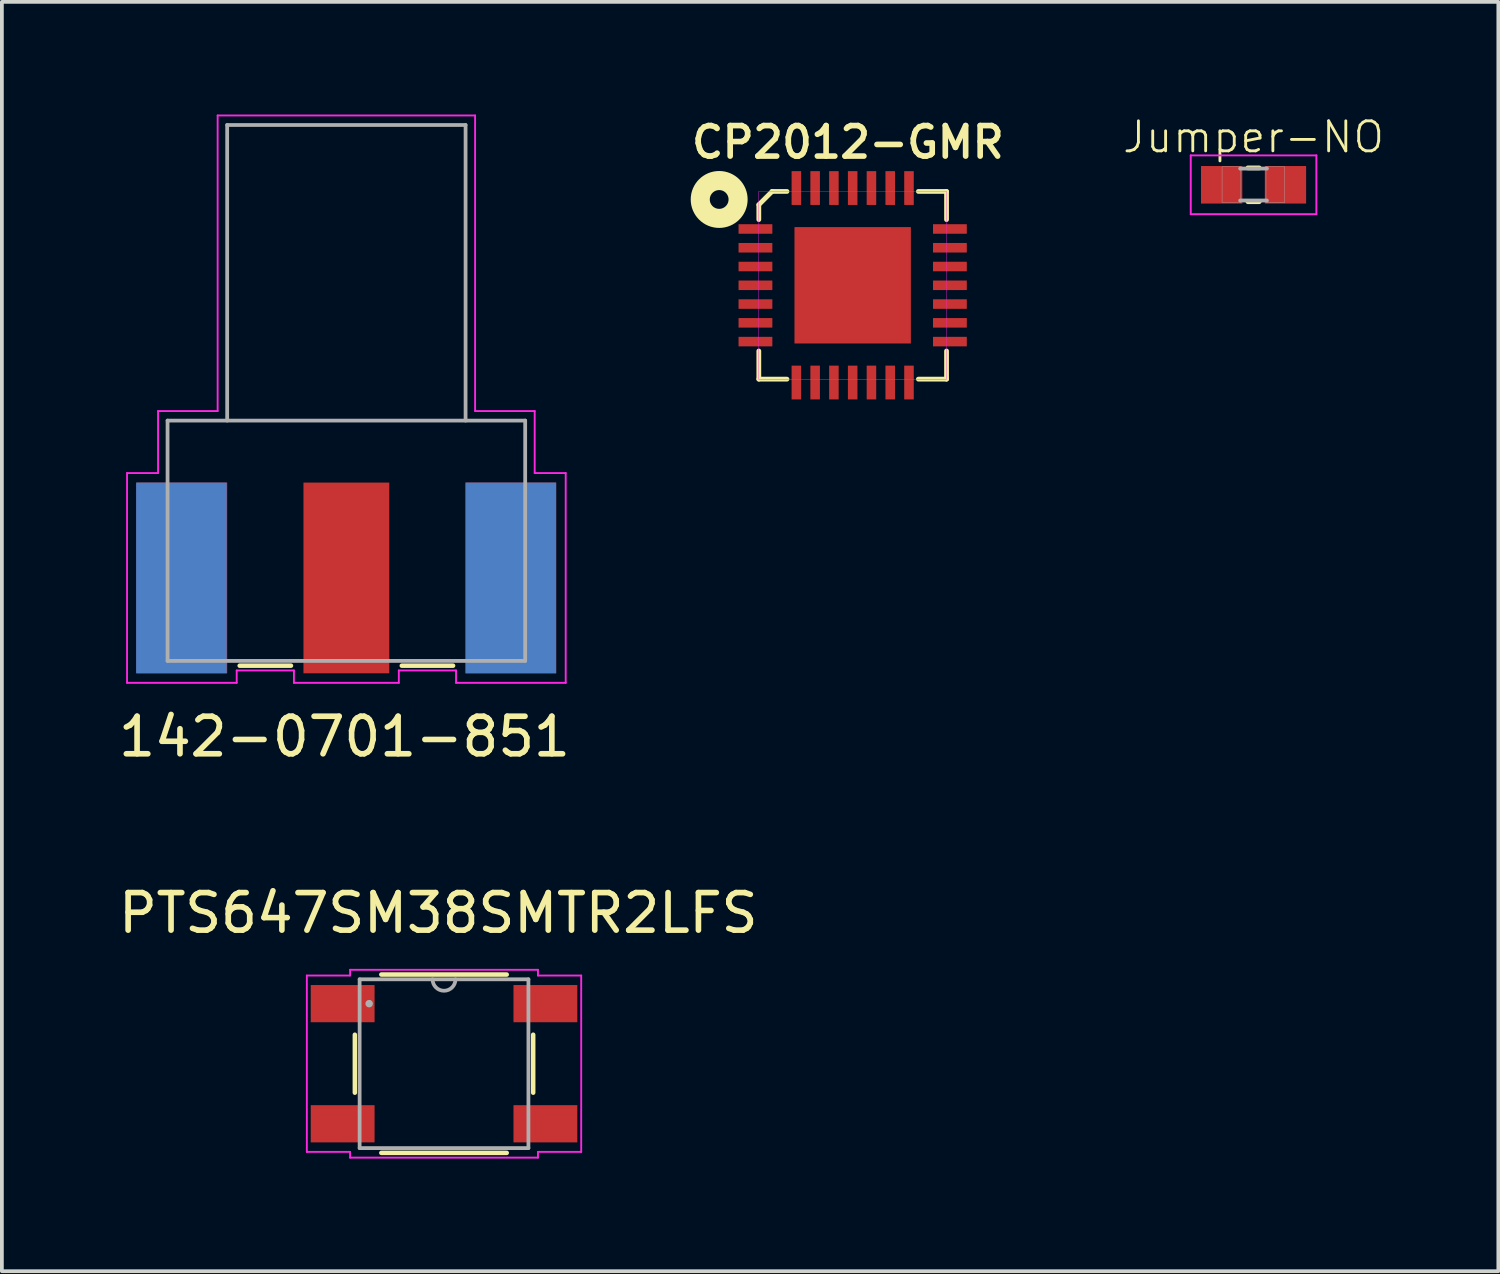
<source format=kicad_pcb>
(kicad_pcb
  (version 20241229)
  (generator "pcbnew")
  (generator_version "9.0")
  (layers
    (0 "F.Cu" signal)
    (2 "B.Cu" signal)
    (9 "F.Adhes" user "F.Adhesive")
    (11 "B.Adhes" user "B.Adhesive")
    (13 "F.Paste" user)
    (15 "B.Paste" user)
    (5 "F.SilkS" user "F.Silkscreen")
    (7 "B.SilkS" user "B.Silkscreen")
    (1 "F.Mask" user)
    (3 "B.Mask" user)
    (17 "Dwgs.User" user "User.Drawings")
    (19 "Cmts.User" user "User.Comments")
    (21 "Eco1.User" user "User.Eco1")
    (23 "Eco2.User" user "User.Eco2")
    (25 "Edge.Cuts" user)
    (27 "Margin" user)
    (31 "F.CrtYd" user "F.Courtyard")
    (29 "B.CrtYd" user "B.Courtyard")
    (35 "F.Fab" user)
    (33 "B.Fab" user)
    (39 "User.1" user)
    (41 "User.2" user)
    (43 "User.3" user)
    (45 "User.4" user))
  (footprint "Jumper-NO"
    (layer "F.Cu")
    (at 30.34 1.872)
    (property "Reference" "Jumper-NO" (at 0 -1.27 0) (layer "F.SilkS") (effects (font (size 0.8 0.8) (thickness 0.076))))
    (attr through_hole)
    (fp_line (start -0.15 -0.45) (end 0.15 -0.45) (stroke (width 0.127) (type solid)) (layer "F.SilkS"))
    (fp_line (start -0.15 0.45) (end 0.15 0.45) (stroke (width 0.127) (type solid)) (layer "F.SilkS"))
    (fp_line (start -1.673 -0.783) (end 1.673 -0.783) (stroke (width 0.051) (type solid)) (layer "F.CrtYd"))
    (fp_line (start -1.673 0.783) (end -1.673 -0.783) (stroke (width 0.051) (type solid)) (layer "F.CrtYd"))
    (fp_line (start 1.673 -0.783) (end 1.673 0.783) (stroke (width 0.051) (type solid)) (layer "F.CrtYd"))
    (fp_line (start 1.673 0.783) (end -1.673 0.783) (stroke (width 0.051) (type solid)) (layer "F.CrtYd"))
    (fp_line (start -0.356 -0.432) (end 0.356 -0.432) (stroke (width 0.102) (type solid)) (layer "F.Fab"))
    (fp_line (start -0.356 0.419) (end 0.356 0.419) (stroke (width 0.102) (type solid)) (layer "F.Fab"))
    (fp_poly (pts (xy -0.839 -0.48) (xy -0.338 -0.48) (xy -0.338 0.47) (xy -0.839 0.47)) (stroke (width 0.01) (type solid)) (fill no) (layer "F.Fab"))
    (fp_poly (pts (xy 0.331 -0.48) (xy 0.83 -0.48) (xy 0.83 0.471) (xy 0.331 0.471)) (stroke (width 0.01) (type solid)) (fill no) (layer "F.Fab"))
    (pad "1" smd rect (at -0.85 0) (size 1.1 1) (layers "F.Cu" "F.Mask" "F.Paste"))
    (pad "2" smd rect (at 0.85 0) (size 1.1 1) (layers "F.Cu" "F.Mask" "F.Paste")))
  (footprint "PTS647SM38SMTR2LFS"
    (layer "F.Cu")
    (at 8.777 25.283)
    (property "Reference" "PTS647SM38SMTR2LFS" (at -0.152 -4.013 0) (layer "F.SilkS") (effects (font (size 1 1) (thickness 0.15))))
    (attr through_hole)
    (fp_line (start -2.375 -0.772) (end -2.375 0.772) (stroke (width 0.12) (type solid)) (layer "F.SilkS"))
    (fp_line (start -1.67 2.375) (end 1.67 2.375) (stroke (width 0.12) (type solid)) (layer "F.SilkS"))
    (fp_line (start 1.67 -2.375) (end -1.67 -2.375) (stroke (width 0.12) (type solid)) (layer "F.SilkS"))
    (fp_line (start 2.375 0.772) (end 2.375 -0.772) (stroke (width 0.12) (type solid)) (layer "F.SilkS"))
    (fp_line (start -3.654 -2.349) (end -2.502 -2.349) (stroke (width 0.05) (type solid)) (layer "F.CrtYd"))
    (fp_line (start -3.654 2.349) (end -3.654 -2.349) (stroke (width 0.05) (type solid)) (layer "F.CrtYd"))
    (fp_line (start -2.502 -2.502) (end 2.502 -2.502) (stroke (width 0.05) (type solid)) (layer "F.CrtYd"))
    (fp_line (start -2.502 -2.349) (end -2.502 -2.502) (stroke (width 0.05) (type solid)) (layer "F.CrtYd"))
    (fp_line (start -2.502 2.349) (end -3.654 2.349) (stroke (width 0.05) (type solid)) (layer "F.CrtYd"))
    (fp_line (start -2.502 2.502) (end -2.502 2.349) (stroke (width 0.05) (type solid)) (layer "F.CrtYd"))
    (fp_line (start 2.502 -2.502) (end 2.502 -2.349) (stroke (width 0.05) (type solid)) (layer "F.CrtYd"))
    (fp_line (start 2.502 -2.349) (end 3.654 -2.349) (stroke (width 0.05) (type solid)) (layer "F.CrtYd"))
    (fp_line (start 2.502 2.349) (end 2.502 2.502) (stroke (width 0.05) (type solid)) (layer "F.CrtYd"))
    (fp_line (start 2.502 2.502) (end -2.502 2.502) (stroke (width 0.05) (type solid)) (layer "F.CrtYd"))
    (fp_line (start 3.654 -2.349) (end 3.654 2.349) (stroke (width 0.05) (type solid)) (layer "F.CrtYd"))
    (fp_line (start 3.654 2.349) (end 2.502 2.349) (stroke (width 0.05) (type solid)) (layer "F.CrtYd"))
    (fp_line (start -2.248 -2.248) (end -2.248 2.248) (stroke (width 0.1) (type solid)) (layer "F.Fab"))
    (fp_line (start -2.248 2.248) (end 2.248 2.248) (stroke (width 0.1) (type solid)) (layer "F.Fab"))
    (fp_line (start 2.248 -2.248) (end -2.248 -2.248) (stroke (width 0.1) (type solid)) (layer "F.Fab"))
    (fp_line (start 2.248 2.248) (end 2.248 -2.248) (stroke (width 0.1) (type solid)) (layer "F.Fab"))
    (fp_arc (start 0.3048 -2.2479) (mid 0 -1.9431) (end -0.3048 -2.2479) (stroke (width 0.1) (type solid)) (layer "F.Fab"))
    (fp_circle (center -1.994 -1.6) (end -1.994 -1.6) (stroke (width 0.1) (type solid)) (fill no) (layer "F.Fab"))
    (pad "1" smd rect (at -2.7 -1.6) (size 1.7 0.991) (layers "F.Cu" "F.Mask" "F.Paste"))
    (pad "2" smd rect (at 2.7 -1.6) (size 1.7 0.991) (layers "F.Cu" "F.Mask" "F.Paste"))
    (pad "3" smd rect (at -2.7 1.6) (size 1.7 0.991) (layers "F.Cu" "F.Mask" "F.Paste"))
    (pad "4" smd rect (at 2.7 1.6) (size 1.7 0.991) (layers "F.Cu" "F.Mask" "F.Paste")))
  (footprint "142-0701-851"
    (layer "F.Cu")
    (at 6.176 12.179)
    (property "Reference" "142-0701-851" (at -0.051 4.394 0) (layer "F.SilkS") (effects (font (size 1 1) (thickness 0.15))))
    (attr through_hole)
    (fp_line (start -2.842 2.502) (end -1.476 2.502) (stroke (width 0.12) (type solid)) (layer "F.SilkS"))
    (fp_line (start 1.476 2.502) (end 2.842 2.502) (stroke (width 0.12) (type solid)) (layer "F.SilkS"))
    (fp_line (start -5.842 -2.629) (end -5.842 2.959) (stroke (width 0.05) (type solid)) (layer "F.CrtYd"))
    (fp_line (start -5.842 2.959) (end -2.921 2.959) (stroke (width 0.05) (type solid)) (layer "F.CrtYd"))
    (fp_line (start -5.016 -4.28) (end -5.016 -2.629) (stroke (width 0.05) (type solid)) (layer "F.CrtYd"))
    (fp_line (start -5.016 -2.629) (end -5.842 -2.629) (stroke (width 0.05) (type solid)) (layer "F.CrtYd"))
    (fp_line (start -3.429 -12.154) (end -3.429 -4.28) (stroke (width 0.05) (type solid)) (layer "F.CrtYd"))
    (fp_line (start -3.429 -4.28) (end -5.016 -4.28) (stroke (width 0.05) (type solid)) (layer "F.CrtYd"))
    (fp_line (start -2.921 2.629) (end -1.397 2.629) (stroke (width 0.05) (type solid)) (layer "F.CrtYd"))
    (fp_line (start -2.921 2.959) (end -2.921 2.629) (stroke (width 0.05) (type solid)) (layer "F.CrtYd"))
    (fp_line (start -1.397 2.629) (end -1.397 2.959) (stroke (width 0.05) (type solid)) (layer "F.CrtYd"))
    (fp_line (start -1.397 2.959) (end 1.397 2.959) (stroke (width 0.05) (type solid)) (layer "F.CrtYd"))
    (fp_line (start 1.397 2.629) (end 2.921 2.629) (stroke (width 0.05) (type solid)) (layer "F.CrtYd"))
    (fp_line (start 1.397 2.959) (end 1.397 2.629) (stroke (width 0.05) (type solid)) (layer "F.CrtYd"))
    (fp_line (start 2.921 2.629) (end 2.921 2.959) (stroke (width 0.05) (type solid)) (layer "F.CrtYd"))
    (fp_line (start 2.921 2.959) (end 5.842 2.959) (stroke (width 0.05) (type solid)) (layer "F.CrtYd"))
    (fp_line (start 3.429 -12.154) (end -3.429 -12.154) (stroke (width 0.05) (type solid)) (layer "F.CrtYd"))
    (fp_line (start 3.429 -4.28) (end 3.429 -12.154) (stroke (width 0.05) (type solid)) (layer "F.CrtYd"))
    (fp_line (start 5.016 -4.28) (end 3.429 -4.28) (stroke (width 0.05) (type solid)) (layer "F.CrtYd"))
    (fp_line (start 5.016 -2.629) (end 5.016 -4.28) (stroke (width 0.05) (type solid)) (layer "F.CrtYd"))
    (fp_line (start 5.842 -2.629) (end 5.016 -2.629) (stroke (width 0.05) (type solid)) (layer "F.CrtYd"))
    (fp_line (start 5.842 2.959) (end 5.842 -2.629) (stroke (width 0.05) (type solid)) (layer "F.CrtYd"))
    (fp_line (start -4.763 -4.026) (end -4.763 2.375) (stroke (width 0.1) (type solid)) (layer "F.Fab"))
    (fp_line (start -4.763 2.375) (end 4.763 2.375) (stroke (width 0.1) (type solid)) (layer "F.Fab"))
    (fp_line (start -3.175 -11.9) (end 3.175 -11.9) (stroke (width 0.1) (type solid)) (layer "F.Fab"))
    (fp_line (start -3.175 -4.026) (end -3.175 -11.9) (stroke (width 0.1) (type solid)) (layer "F.Fab"))
    (fp_line (start 3.175 -11.9) (end 3.175 -4.026) (stroke (width 0.1) (type solid)) (layer "F.Fab"))
    (fp_line (start 4.763 -4.026) (end -4.763 -4.026) (stroke (width 0.1) (type solid)) (layer "F.Fab"))
    (fp_line (start 4.763 2.375) (end 4.763 -4.026) (stroke (width 0.1) (type solid)) (layer "F.Fab"))
    (pad "1" smd rect (at 0 0.165) (size 2.286 5.08) (layers "F.Cu" "F.Mask" "F.Paste"))
    (pad "2" smd rect (at -4.394 0.165) (size 2.413 5.08) (layers "B.Cu" "B.Mask" "B.Paste"))
    (pad "2" smd rect (at -4.381 0.165) (size 2.413 5.08) (layers "F.Cu" "F.Mask" "F.Paste"))
    (pad "2" smd rect (at 4.381 0.165) (size 2.413 5.08) (layers "F.Cu" "F.Mask" "F.Paste"))
    (pad "2" smd rect (at 4.381 0.165) (size 2.413 5.08) (layers "B.Cu" "B.Mask" "B.Paste")))
  (footprint "CP2012-GMR"
    (layer "F.Cu")
    (at 19.662 4.549)
    (property "Reference" "CP2012-GMR" (at -0.127 -3.81 0) (layer "F.SilkS") (effects (font (size 0.813 0.813) (thickness 0.15))))
    (attr through_hole)
    (fp_line (start -2.5 -2.146) (end -2.5 -1.75) (stroke (width 0.127) (type solid)) (layer "F.SilkS"))
    (fp_line (start -2.5 1.75) (end -2.5 2.5) (stroke (width 0.127) (type solid)) (layer "F.SilkS"))
    (fp_line (start -2.5 2.5) (end -1.75 2.5) (stroke (width 0.127) (type solid)) (layer "F.SilkS"))
    (fp_line (start -2.146 -2.5) (end -2.5 -2.146) (stroke (width 0.127) (type solid)) (layer "F.SilkS"))
    (fp_line (start -1.75 -2.5) (end -2.146 -2.5) (stroke (width 0.127) (type solid)) (layer "F.SilkS"))
    (fp_line (start 1.75 -2.5) (end 2.5 -2.5) (stroke (width 0.127) (type solid)) (layer "F.SilkS"))
    (fp_line (start 1.75 2.5) (end 2.5 2.5) (stroke (width 0.127) (type solid)) (layer "F.SilkS"))
    (fp_line (start 2.5 -2.5) (end 2.5 -1.75) (stroke (width 0.127) (type solid)) (layer "F.SilkS"))
    (fp_line (start 2.5 2.5) (end 2.5 1.75) (stroke (width 0.127) (type solid)) (layer "F.SilkS"))
    (fp_circle (center -3.556 -2.286) (end -3.306 -2.286) (stroke (width 0.508) (type solid)) (fill no) (layer "F.SilkS"))
    (fp_poly (pts (xy -1.503 0.25) (xy -0.25 0.25) (xy -0.25 1.503) (xy -1.503 1.503)) (stroke (width 0.01) (type solid)) (fill yes) (layer "F.Paste"))
    (fp_poly (pts (xy -1.502 -1.5) (xy -0.25 -1.5) (xy -0.25 -0.25) (xy -1.502 -0.25)) (stroke (width 0.01) (type solid)) (fill yes) (layer "F.Paste"))
    (fp_poly (pts (xy 0.25 -1.5) (xy 1.5 -1.5) (xy 1.5 -0.25) (xy 0.25 -0.25)) (stroke (width 0.01) (type solid)) (fill yes) (layer "F.Paste"))
    (fp_poly (pts (xy 0.25 0.25) (xy 1.5 0.25) (xy 1.5 1.503) (xy 0.25 1.503)) (stroke (width 0.01) (type solid)) (fill yes) (layer "F.Paste"))
    (fp_poly (pts (xy -2.505 -2.5) (xy 2.5 -2.5) (xy 2.5 2.505) (xy -2.505 2.505)) (stroke (width 0.01) (type solid)) (fill no) (layer "F.CrtYd"))
    (pad "1" smd rect (at -2.59 -1.5) (size 0.9 0.254) (layers "F.Cu" "F.Mask" "F.Paste"))
    (pad "2" smd rect (at -2.59 -1) (size 0.9 0.254) (layers "F.Cu" "F.Mask" "F.Paste"))
    (pad "3" smd rect (at -2.59 -0.5) (size 0.9 0.254) (layers "F.Cu" "F.Mask" "F.Paste"))
    (pad "4" smd rect (at -2.59 0) (size 0.9 0.254) (layers "F.Cu" "F.Mask" "F.Paste"))
    (pad "5" smd rect (at -2.59 0.5) (size 0.9 0.254) (layers "F.Cu" "F.Mask" "F.Paste"))
    (pad "6" smd rect (at -2.59 1) (size 0.9 0.254) (layers "F.Cu" "F.Mask" "F.Paste"))
    (pad "7" smd rect (at -2.59 1.5) (size 0.9 0.254) (layers "F.Cu" "F.Mask" "F.Paste"))
    (pad "8" smd rect (at -1.5 2.59) (size 0.254 0.9) (layers "F.Cu" "F.Mask" "F.Paste"))
    (pad "9" smd rect (at -1 2.59) (size 0.254 0.9) (layers "F.Cu" "F.Mask" "F.Paste"))
    (pad "10" smd rect (at -0.5 2.59) (size 0.254 0.9) (layers "F.Cu" "F.Mask" "F.Paste"))
    (pad "11" smd rect (at 0 2.59) (size 0.254 0.9) (layers "F.Cu" "F.Mask" "F.Paste"))
    (pad "12" smd rect (at 0.5 2.59) (size 0.254 0.9) (layers "F.Cu" "F.Mask" "F.Paste"))
    (pad "13" smd rect (at 1 2.59) (size 0.254 0.9) (layers "F.Cu" "F.Mask" "F.Paste"))
    (pad "14" smd rect (at 1.5 2.59) (size 0.254 0.9) (layers "F.Cu" "F.Mask" "F.Paste"))
    (pad "15" smd rect (at 2.59 1.5) (size 0.9 0.254) (layers "F.Cu" "F.Mask" "F.Paste"))
    (pad "16" smd rect (at 2.59 1) (size 0.9 0.254) (layers "F.Cu" "F.Mask" "F.Paste"))
    (pad "17" smd rect (at 2.59 0.5) (size 0.9 0.254) (layers "F.Cu" "F.Mask" "F.Paste"))
    (pad "18" smd rect (at 2.59 0) (size 0.9 0.254) (layers "F.Cu" "F.Mask" "F.Paste"))
    (pad "19" smd rect (at 2.59 -0.5) (size 0.9 0.254) (layers "F.Cu" "F.Mask" "F.Paste"))
    (pad "20" smd rect (at 2.59 -1) (size 0.9 0.254) (layers "F.Cu" "F.Mask" "F.Paste"))
    (pad "21" smd rect (at 2.59 -1.5) (size 0.9 0.254) (layers "F.Cu" "F.Mask" "F.Paste"))
    (pad "22" smd rect (at 1.5 -2.59) (size 0.254 0.9) (layers "F.Cu" "F.Mask" "F.Paste"))
    (pad "23" smd rect (at 1 -2.59) (size 0.254 0.9) (layers "F.Cu" "F.Mask" "F.Paste"))
    (pad "24" smd rect (at 0.5 -2.59) (size 0.254 0.9) (layers "F.Cu" "F.Mask" "F.Paste"))
    (pad "25" smd rect (at 0 -2.59) (size 0.254 0.9) (layers "F.Cu" "F.Mask" "F.Paste"))
    (pad "26" smd rect (at -0.5 -2.59) (size 0.254 0.9) (layers "F.Cu" "F.Mask" "F.Paste"))
    (pad "27" smd rect (at -1 -2.59) (size 0.254 0.9) (layers "F.Cu" "F.Mask" "F.Paste"))
    (pad "28" smd rect (at -1.5 -2.59) (size 0.254 0.9) (layers "F.Cu" "F.Mask" "F.Paste"))
    (pad "29" smd rect (at 0 0) (size 3.1 3.1) (layers "F.Cu" "F.Mask")))
  (gr_rect
    (start -3 -3)
    (end 36.86 30.81)
    (stroke (width 0.1) (type default))
    (fill no)
    (layer "Edge.Cuts")))
</source>
